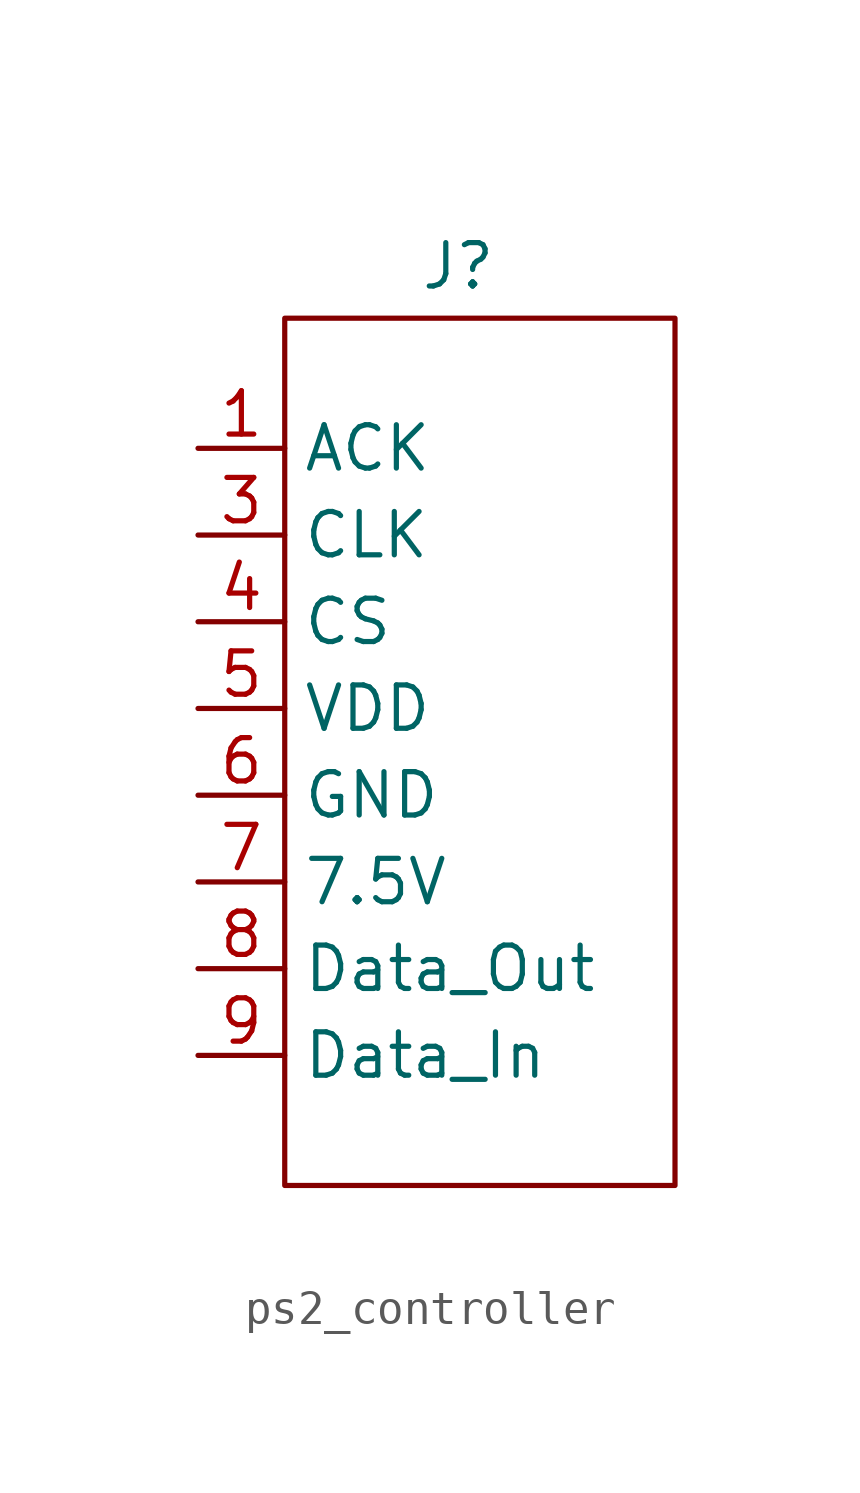
<source format=kicad_sym>
(kicad_symbol_lib
  (version 20231120)
  (generator "kicad_symbol_editor")
  (generator_version "8.0")
  (symbol "ps2_controller"
    (property "Reference" "J"
      (at 5.08 1.524 0)
      (effects (font (size 1.27 1.27))))
    (property "Value" ""
      (at 0 0 0)
      (effects (font (size 1.27 1.27))))
    (symbol "ps2_controller_0_1"
      (rectangle (start 0 0) (end 11.43 -25.4) (stroke (width 0) (type default)) (fill (type none))))
    (symbol "ps2_controller_1_0"
      (pin input line (at -2.54 -3.81 0) (length 2.54) (name "ACK" (effects (font (size 1.27 1.27)))) (number "1" (effects (font (size 1.27 1.27))))))
    (symbol "ps2_controller_1_1"
      (pin input line (at -2.54 -6.35 0) (length 2.54) (name "CLK" (effects (font (size 1.27 1.27)))) (number "3" (effects (font (size 1.27 1.27)))))
      (pin power_in line (at -2.54 -8.89 0) (length 2.54) (name "CS" (effects (font (size 1.27 1.27)))) (number "4" (effects (font (size 1.27 1.27)))))
      (pin power_out line (at -2.54 -11.43 0) (length 2.54) (name "VDD" (effects (font (size 1.27 1.27)))) (number "5" (effects (font (size 1.27 1.27)))))
      (pin output line (at -2.54 -13.97 0) (length 2.54) (name "GND" (effects (font (size 1.27 1.27)))) (number "6" (effects (font (size 1.27 1.27)))))
      (pin input line (at -2.54 -16.51 0) (length 2.54) (name "7.5V" (effects (font (size 1.27 1.27)))) (number "7" (effects (font (size 1.27 1.27)))))
      (pin input line (at -2.54 -19.05 0) (length 2.54) (name "Data_Out" (effects (font (size 1.27 1.27)))) (number "8" (effects (font (size 1.27 1.27)))))
      (pin input line (at -2.54 -21.59 0) (length 2.54) (name "Data_In" (effects (font (size 1.27 1.27)))) (number "9" (effects (font (size 1.27 1.27))))))))
</source>
